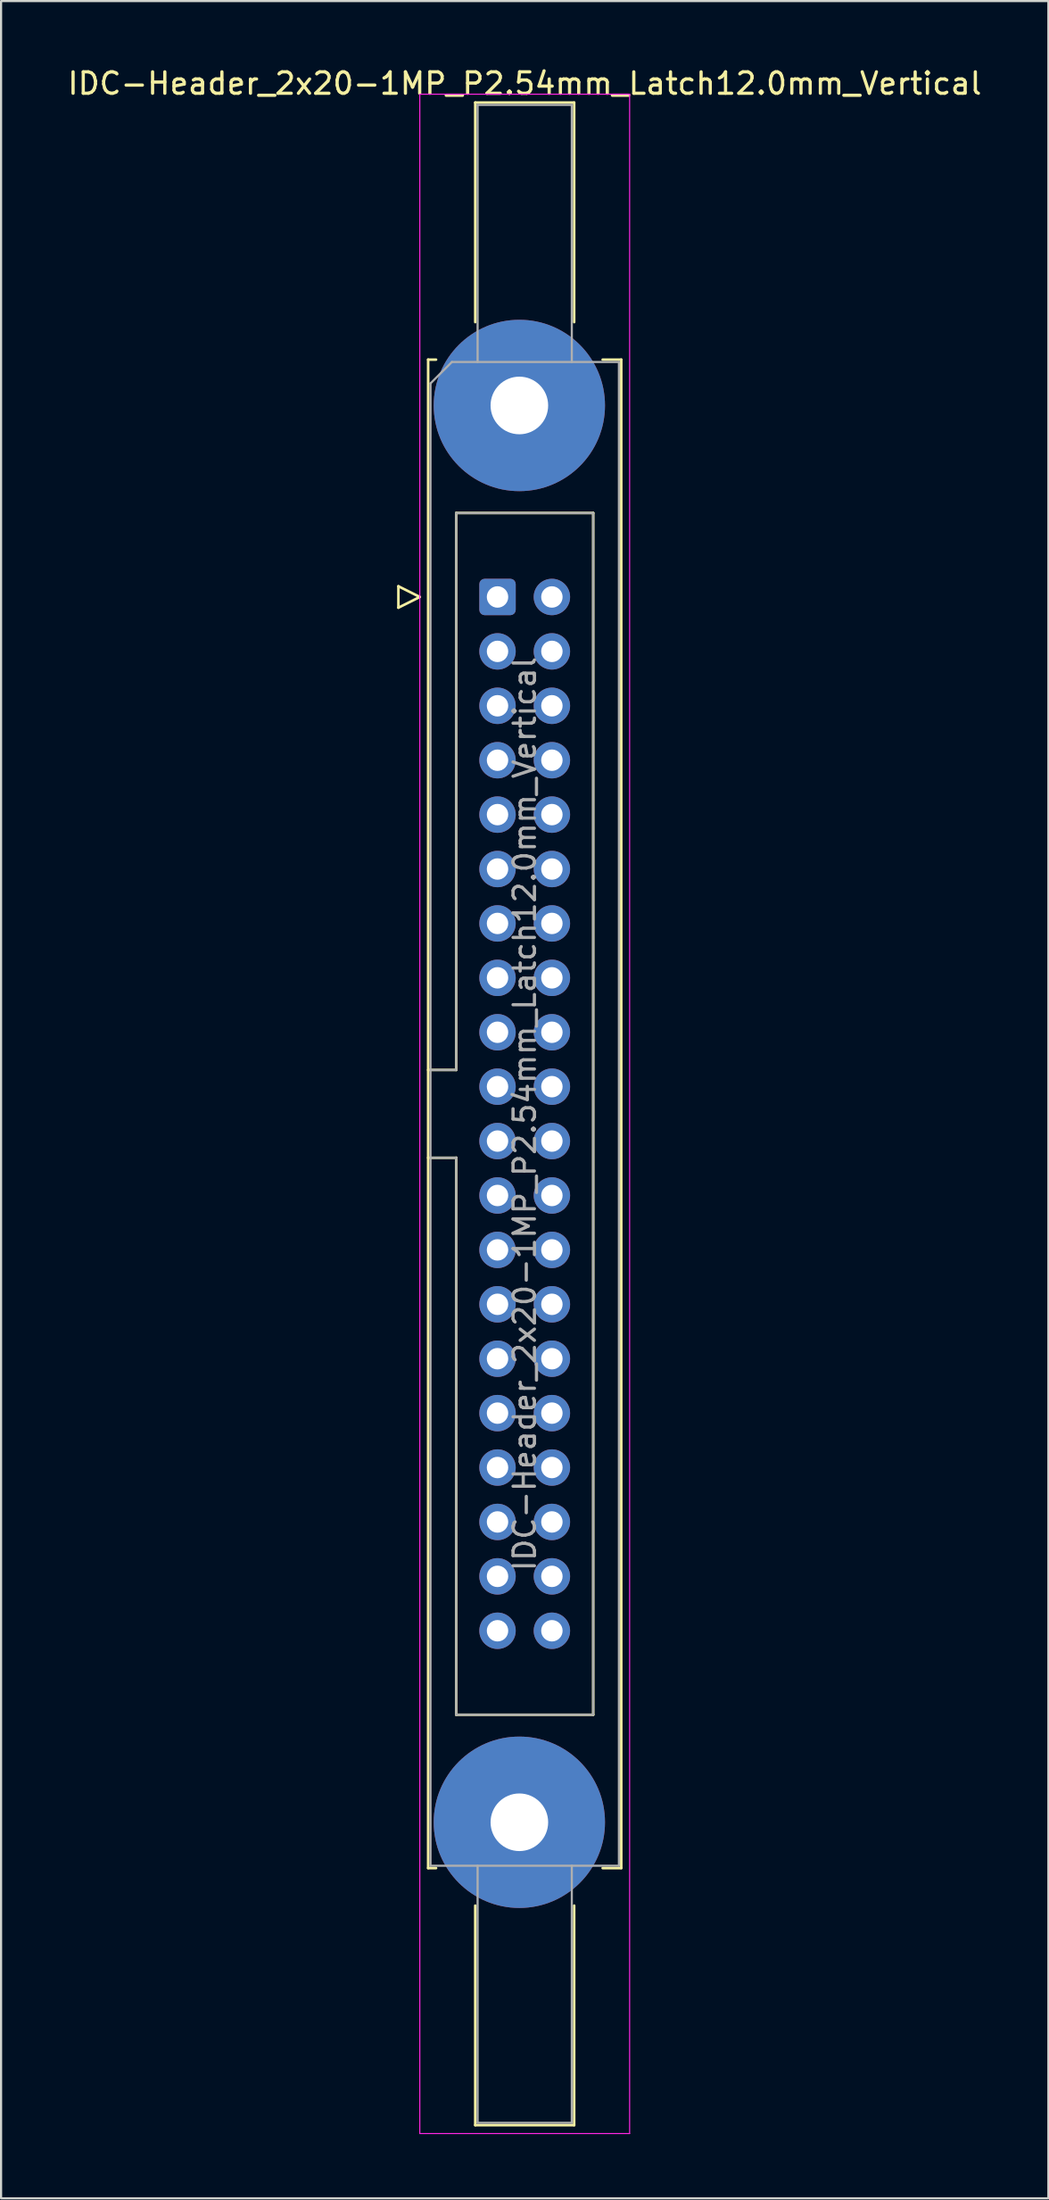
<source format=kicad_pcb>
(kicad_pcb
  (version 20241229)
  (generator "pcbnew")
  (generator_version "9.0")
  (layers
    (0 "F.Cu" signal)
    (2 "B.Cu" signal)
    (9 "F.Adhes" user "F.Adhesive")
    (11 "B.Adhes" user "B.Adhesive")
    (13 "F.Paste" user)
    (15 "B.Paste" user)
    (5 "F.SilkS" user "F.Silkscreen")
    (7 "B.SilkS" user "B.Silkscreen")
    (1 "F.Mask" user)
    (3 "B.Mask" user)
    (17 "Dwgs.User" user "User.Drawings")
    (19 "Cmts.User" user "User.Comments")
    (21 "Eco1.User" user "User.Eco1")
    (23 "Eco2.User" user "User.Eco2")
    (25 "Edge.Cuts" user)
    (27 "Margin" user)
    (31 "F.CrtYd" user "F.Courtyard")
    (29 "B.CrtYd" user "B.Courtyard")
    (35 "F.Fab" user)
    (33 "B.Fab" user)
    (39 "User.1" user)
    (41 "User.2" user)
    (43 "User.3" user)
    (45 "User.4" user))
  (footprint "IDC-Header_2x20-1MP_P2.54mm_Latch12.0mm_Vertical"
    (layer "F.Cu")
    (at 20.188 24.818)
    (property "Reference" "IDC-Header_2x20-1MP_P2.54mm_Latch12.0mm_Vertical" (at 1.27 -23.97 0) (layer "F.SilkS") (effects (font (size 1 1) (thickness 0.15))))
    (attr through_hole)
    (fp_line (start -4.63 -0.5) (end -4.63 0.5) (stroke (width 0.12) (type solid)) (layer "F.SilkS"))
    (fp_line (start -4.63 0.5) (end -3.63 0) (stroke (width 0.12) (type solid)) (layer "F.SilkS"))
    (fp_line (start -3.63 0) (end -4.63 -0.5) (stroke (width 0.12) (type solid)) (layer "F.SilkS"))
    (fp_line (start -3.24 -11.08) (end -3.24 59.34) (stroke (width 0.12) (type solid)) (layer "F.SilkS"))
    (fp_line (start -3.24 22.08) (end -1.93 22.08) (stroke (width 0.12) (type solid)) (layer "F.SilkS"))
    (fp_line (start -3.24 59.34) (end -2.87 59.34) (stroke (width 0.12) (type solid)) (layer "F.SilkS"))
    (fp_line (start -2.87 -11.08) (end -3.24 -11.08) (stroke (width 0.12) (type solid)) (layer "F.SilkS"))
    (fp_line (start -1.93 -3.92) (end 4.47 -3.92) (stroke (width 0.12) (type solid)) (layer "F.SilkS"))
    (fp_line (start -1.93 22.08) (end -1.93 -3.92) (stroke (width 0.12) (type solid)) (layer "F.SilkS"))
    (fp_line (start -1.93 26.18) (end -3.24 26.18) (stroke (width 0.12) (type solid)) (layer "F.SilkS"))
    (fp_line (start -1.93 26.18) (end -1.93 26.18) (stroke (width 0.12) (type solid)) (layer "F.SilkS"))
    (fp_line (start -1.93 52.18) (end -1.93 26.18) (stroke (width 0.12) (type solid)) (layer "F.SilkS"))
    (fp_line (start -1.04 -23.08) (end 3.58 -23.08) (stroke (width 0.12) (type solid)) (layer "F.SilkS"))
    (fp_line (start -1.04 -12.83) (end -1.04 -23.08) (stroke (width 0.12) (type solid)) (layer "F.SilkS"))
    (fp_line (start -1.04 61.09) (end -1.04 71.34) (stroke (width 0.12) (type solid)) (layer "F.SilkS"))
    (fp_line (start -1.04 71.34) (end 3.58 71.34) (stroke (width 0.12) (type solid)) (layer "F.SilkS"))
    (fp_line (start 3.58 -23.08) (end 3.58 -12.83) (stroke (width 0.12) (type solid)) (layer "F.SilkS"))
    (fp_line (start 3.58 71.34) (end 3.58 61.09) (stroke (width 0.12) (type solid)) (layer "F.SilkS"))
    (fp_line (start 4.47 -3.92) (end 4.47 52.18) (stroke (width 0.12) (type solid)) (layer "F.SilkS"))
    (fp_line (start 4.47 52.18) (end -1.93 52.18) (stroke (width 0.12) (type solid)) (layer "F.SilkS"))
    (fp_line (start 4.91 -11.08) (end 5.78 -11.08) (stroke (width 0.12) (type solid)) (layer "F.SilkS"))
    (fp_line (start 5.78 -11.08) (end 5.78 59.34) (stroke (width 0.12) (type solid)) (layer "F.SilkS"))
    (fp_line (start 5.78 59.34) (end 4.91 59.34) (stroke (width 0.12) (type solid)) (layer "F.SilkS"))
    (fp_line (start -3.63 -23.47) (end -3.63 71.73) (stroke (width 0.05) (type solid)) (layer "F.CrtYd"))
    (fp_line (start -3.63 71.73) (end 6.17 71.73) (stroke (width 0.05) (type solid)) (layer "F.CrtYd"))
    (fp_line (start 6.17 -23.47) (end -3.63 -23.47) (stroke (width 0.05) (type solid)) (layer "F.CrtYd"))
    (fp_line (start 6.17 71.73) (end 6.17 -23.47) (stroke (width 0.05) (type solid)) (layer "F.CrtYd"))
    (fp_line (start -3.13 -9.97) (end -2.13 -10.97) (stroke (width 0.1) (type solid)) (layer "F.Fab"))
    (fp_line (start -3.13 22.08) (end -1.93 22.08) (stroke (width 0.1) (type solid)) (layer "F.Fab"))
    (fp_line (start -3.13 59.23) (end -3.13 -9.97) (stroke (width 0.1) (type solid)) (layer "F.Fab"))
    (fp_line (start -2.13 -10.97) (end 5.67 -10.97) (stroke (width 0.1) (type solid)) (layer "F.Fab"))
    (fp_line (start -1.93 -3.92) (end 4.47 -3.92) (stroke (width 0.1) (type solid)) (layer "F.Fab"))
    (fp_line (start -1.93 22.08) (end -1.93 -3.92) (stroke (width 0.1) (type solid)) (layer "F.Fab"))
    (fp_line (start -1.93 26.18) (end -3.13 26.18) (stroke (width 0.1) (type solid)) (layer "F.Fab"))
    (fp_line (start -1.93 26.18) (end -1.93 26.18) (stroke (width 0.1) (type solid)) (layer "F.Fab"))
    (fp_line (start -1.93 52.18) (end -1.93 26.18) (stroke (width 0.1) (type solid)) (layer "F.Fab"))
    (fp_line (start -0.93 -22.97) (end 3.47 -22.97) (stroke (width 0.1) (type solid)) (layer "F.Fab"))
    (fp_line (start -0.93 -10.97) (end -0.93 -22.97) (stroke (width 0.1) (type solid)) (layer "F.Fab"))
    (fp_line (start -0.93 59.23) (end -0.93 71.23) (stroke (width 0.1) (type solid)) (layer "F.Fab"))
    (fp_line (start -0.93 71.23) (end 3.47 71.23) (stroke (width 0.1) (type solid)) (layer "F.Fab"))
    (fp_line (start 3.47 -22.97) (end 3.47 -10.97) (stroke (width 0.1) (type solid)) (layer "F.Fab"))
    (fp_line (start 3.47 71.23) (end 3.47 59.23) (stroke (width 0.1) (type solid)) (layer "F.Fab"))
    (fp_line (start 4.47 -3.92) (end 4.47 52.18) (stroke (width 0.1) (type solid)) (layer "F.Fab"))
    (fp_line (start 4.47 52.18) (end -1.93 52.18) (stroke (width 0.1) (type solid)) (layer "F.Fab"))
    (fp_line (start 5.67 -10.97) (end 5.67 59.23) (stroke (width 0.1) (type solid)) (layer "F.Fab"))
    (fp_line (start 5.67 59.23) (end -3.13 59.23) (stroke (width 0.1) (type solid)) (layer "F.Fab"))
    (fp_text user "${REFERENCE}" (at 1.27 24.13 90) (layer "F.Fab") (effects (font (size 1 1) (thickness 0.15))))
    (pad "1" thru_hole roundrect (at 0 0) (size 1.7 1.7) (drill 1) (layers "*.Cu" "*.Mask") (roundrect_rratio 0.147))
    (pad "2" thru_hole circle (at 2.54 0) (size 1.7 1.7) (drill 1) (layers "*.Cu" "*.Mask"))
    (pad "3" thru_hole circle (at 0 2.54) (size 1.7 1.7) (drill 1) (layers "*.Cu" "*.Mask"))
    (pad "4" thru_hole circle (at 2.54 2.54) (size 1.7 1.7) (drill 1) (layers "*.Cu" "*.Mask"))
    (pad "5" thru_hole circle (at 0 5.08) (size 1.7 1.7) (drill 1) (layers "*.Cu" "*.Mask"))
    (pad "6" thru_hole circle (at 2.54 5.08) (size 1.7 1.7) (drill 1) (layers "*.Cu" "*.Mask"))
    (pad "7" thru_hole circle (at 0 7.62) (size 1.7 1.7) (drill 1) (layers "*.Cu" "*.Mask"))
    (pad "8" thru_hole circle (at 2.54 7.62) (size 1.7 1.7) (drill 1) (layers "*.Cu" "*.Mask"))
    (pad "9" thru_hole circle (at 0 10.16) (size 1.7 1.7) (drill 1) (layers "*.Cu" "*.Mask"))
    (pad "10" thru_hole circle (at 2.54 10.16) (size 1.7 1.7) (drill 1) (layers "*.Cu" "*.Mask"))
    (pad "11" thru_hole circle (at 0 12.7) (size 1.7 1.7) (drill 1) (layers "*.Cu" "*.Mask"))
    (pad "12" thru_hole circle (at 2.54 12.7) (size 1.7 1.7) (drill 1) (layers "*.Cu" "*.Mask"))
    (pad "13" thru_hole circle (at 0 15.24) (size 1.7 1.7) (drill 1) (layers "*.Cu" "*.Mask"))
    (pad "14" thru_hole circle (at 2.54 15.24) (size 1.7 1.7) (drill 1) (layers "*.Cu" "*.Mask"))
    (pad "15" thru_hole circle (at 0 17.78) (size 1.7 1.7) (drill 1) (layers "*.Cu" "*.Mask"))
    (pad "16" thru_hole circle (at 2.54 17.78) (size 1.7 1.7) (drill 1) (layers "*.Cu" "*.Mask"))
    (pad "17" thru_hole circle (at 0 20.32) (size 1.7 1.7) (drill 1) (layers "*.Cu" "*.Mask"))
    (pad "18" thru_hole circle (at 2.54 20.32) (size 1.7 1.7) (drill 1) (layers "*.Cu" "*.Mask"))
    (pad "19" thru_hole circle (at 0 22.86) (size 1.7 1.7) (drill 1) (layers "*.Cu" "*.Mask"))
    (pad "20" thru_hole circle (at 2.54 22.86) (size 1.7 1.7) (drill 1) (layers "*.Cu" "*.Mask"))
    (pad "21" thru_hole circle (at 0 25.4) (size 1.7 1.7) (drill 1) (layers "*.Cu" "*.Mask"))
    (pad "22" thru_hole circle (at 2.54 25.4) (size 1.7 1.7) (drill 1) (layers "*.Cu" "*.Mask"))
    (pad "23" thru_hole circle (at 0 27.94) (size 1.7 1.7) (drill 1) (layers "*.Cu" "*.Mask"))
    (pad "24" thru_hole circle (at 2.54 27.94) (size 1.7 1.7) (drill 1) (layers "*.Cu" "*.Mask"))
    (pad "25" thru_hole circle (at 0 30.48) (size 1.7 1.7) (drill 1) (layers "*.Cu" "*.Mask"))
    (pad "26" thru_hole circle (at 2.54 30.48) (size 1.7 1.7) (drill 1) (layers "*.Cu" "*.Mask"))
    (pad "27" thru_hole circle (at 0 33.02) (size 1.7 1.7) (drill 1) (layers "*.Cu" "*.Mask"))
    (pad "28" thru_hole circle (at 2.54 33.02) (size 1.7 1.7) (drill 1) (layers "*.Cu" "*.Mask"))
    (pad "29" thru_hole circle (at 0 35.56) (size 1.7 1.7) (drill 1) (layers "*.Cu" "*.Mask"))
    (pad "30" thru_hole circle (at 2.54 35.56) (size 1.7 1.7) (drill 1) (layers "*.Cu" "*.Mask"))
    (pad "31" thru_hole circle (at 0 38.1) (size 1.7 1.7) (drill 1) (layers "*.Cu" "*.Mask"))
    (pad "32" thru_hole circle (at 2.54 38.1) (size 1.7 1.7) (drill 1) (layers "*.Cu" "*.Mask"))
    (pad "33" thru_hole circle (at 0 40.64) (size 1.7 1.7) (drill 1) (layers "*.Cu" "*.Mask"))
    (pad "34" thru_hole circle (at 2.54 40.64) (size 1.7 1.7) (drill 1) (layers "*.Cu" "*.Mask"))
    (pad "35" thru_hole circle (at 0 43.18) (size 1.7 1.7) (drill 1) (layers "*.Cu" "*.Mask"))
    (pad "36" thru_hole circle (at 2.54 43.18) (size 1.7 1.7) (drill 1) (layers "*.Cu" "*.Mask"))
    (pad "37" thru_hole circle (at 0 45.72) (size 1.7 1.7) (drill 1) (layers "*.Cu" "*.Mask"))
    (pad "38" thru_hole circle (at 2.54 45.72) (size 1.7 1.7) (drill 1) (layers "*.Cu" "*.Mask"))
    (pad "39" thru_hole circle (at 0 48.26) (size 1.7 1.7) (drill 1) (layers "*.Cu" "*.Mask"))
    (pad "40" thru_hole circle (at 2.54 48.26) (size 1.7 1.7) (drill 1) (layers "*.Cu" "*.Mask"))
    (pad "MP" thru_hole circle (at 1.02 -8.94) (size 8 8) (drill 2.69) (layers "*.Cu" "*.Mask"))
    (pad "MP" thru_hole circle (at 1.02 57.2) (size 8 8) (drill 2.69) (layers "*.Cu" "*.Mask")))
  (gr_rect
    (start -3 -3)
    (end 45.917 99.573)
    (stroke (width 0.1) (type default))
    (fill no)
    (layer "Edge.Cuts")))
</source>
